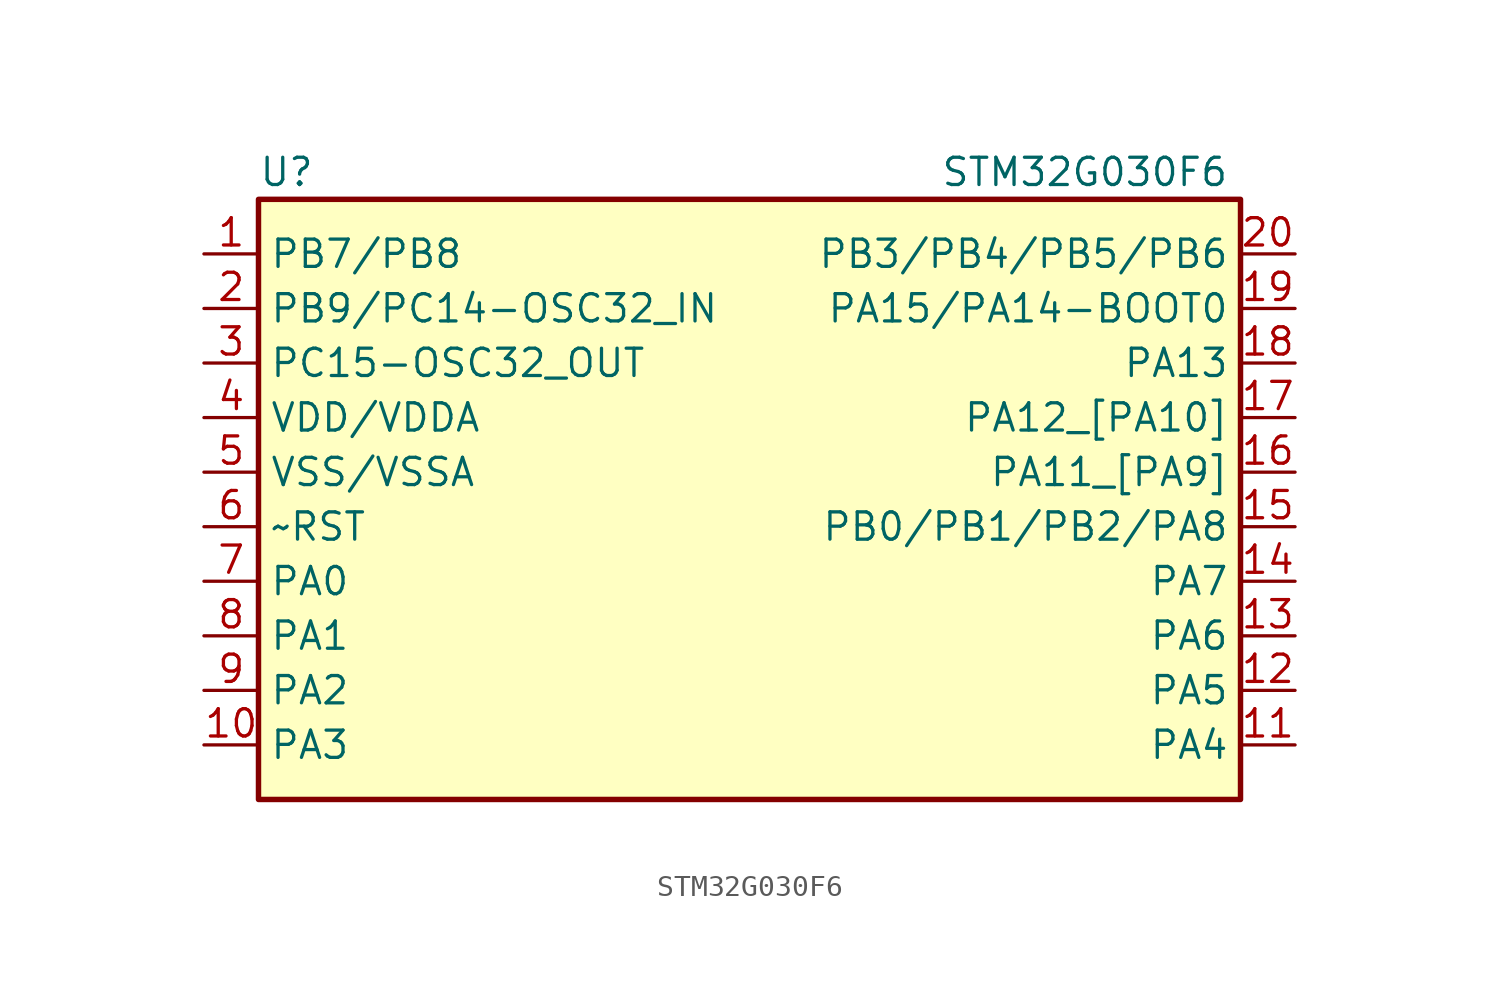
<source format=kicad_sym>
(kicad_symbol_lib
  (version 20210619)
  (generator kicad_symbol_editor)
  (symbol "STM32G0:STM32G030F6"
    (property "Reference" "U"
      (at -22.86 15.24 0)
      (effects (font (size 1.27 1.27)) (justify left)))
    (property "Value" "STM32G030F6"
      (at 8.89 15.24 0)
      (effects (font (size 1.27 1.27)) (justify left)))
    (symbol "STM32G030F6_0_1"
      (rectangle (start -22.86 13.97) (end 22.86 -13.97) (stroke (width 0.254)) (fill (type background))))
    (symbol "STM32G030F6_1_1"
      (pin bidirectional line (at -25.4 11.43 0) (length 2.54) (name "PB7/PB8" (effects (font (size 1.27 1.27)))) (number "1" (effects (font (size 1.27 1.27)))))
      (pin bidirectional line (at -25.4 -11.43 0) (length 2.54) (name "PA3" (effects (font (size 1.27 1.27)))) (number "10" (effects (font (size 1.27 1.27)))))
      (pin bidirectional line (at 25.4 -11.43 180) (length 2.54) (name "PA4" (effects (font (size 1.27 1.27)))) (number "11" (effects (font (size 1.27 1.27)))))
      (pin bidirectional line (at 25.4 -8.89 180) (length 2.54) (name "PA5" (effects (font (size 1.27 1.27)))) (number "12" (effects (font (size 1.27 1.27)))))
      (pin bidirectional line (at 25.4 -6.35 180) (length 2.54) (name "PA6" (effects (font (size 1.27 1.27)))) (number "13" (effects (font (size 1.27 1.27)))))
      (pin bidirectional line (at 25.4 -3.81 180) (length 2.54) (name "PA7" (effects (font (size 1.27 1.27)))) (number "14" (effects (font (size 1.27 1.27)))))
      (pin bidirectional line (at 25.4 -1.27 180) (length 2.54) (name "PB0/PB1/PB2/PA8" (effects (font (size 1.27 1.27)))) (number "15" (effects (font (size 1.27 1.27)))))
      (pin bidirectional line (at 25.4 1.27 180) (length 2.54) (name "PA11_[PA9]" (effects (font (size 1.27 1.27)))) (number "16" (effects (font (size 1.27 1.27)))))
      (pin bidirectional line (at 25.4 3.81 180) (length 2.54) (name "PA12_[PA10]" (effects (font (size 1.27 1.27)))) (number "17" (effects (font (size 1.27 1.27)))))
      (pin bidirectional line (at 25.4 6.35 180) (length 2.54) (name "PA13" (effects (font (size 1.27 1.27)))) (number "18" (effects (font (size 1.27 1.27)))))
      (pin bidirectional line (at 25.4 8.89 180) (length 2.54) (name "PA15/PA14-BOOT0" (effects (font (size 1.27 1.27)))) (number "19" (effects (font (size 1.27 1.27)))))
      (pin bidirectional line (at -25.4 8.89 0) (length 2.54) (name "PB9/PC14-OSC32_IN" (effects (font (size 1.27 1.27)))) (number "2" (effects (font (size 1.27 1.27)))))
      (pin bidirectional line (at 25.4 11.43 180) (length 2.54) (name "PB3/PB4/PB5/PB6" (effects (font (size 1.27 1.27)))) (number "20" (effects (font (size 1.27 1.27)))))
      (pin bidirectional line (at -25.4 6.35 0) (length 2.54) (name "PC15-OSC32_OUT" (effects (font (size 1.27 1.27)))) (number "3" (effects (font (size 1.27 1.27)))))
      (pin power_in line (at -25.4 3.81 0) (length 2.54) (name "VDD/VDDA" (effects (font (size 1.27 1.27)))) (number "4" (effects (font (size 1.27 1.27)))))
      (pin power_in line (at -25.4 1.27 0) (length 2.54) (name "VSS/VSSA" (effects (font (size 1.27 1.27)))) (number "5" (effects (font (size 1.27 1.27)))))
      (pin bidirectional line (at -25.4 -1.27 0) (length 2.54) (name "~RST" (effects (font (size 1.27 1.27)))) (number "6" (effects (font (size 1.27 1.27)))))
      (pin bidirectional line (at -25.4 -3.81 0) (length 2.54) (name "PA0" (effects (font (size 1.27 1.27)))) (number "7" (effects (font (size 1.27 1.27)))))
      (pin bidirectional line (at -25.4 -6.35 0) (length 2.54) (name "PA1" (effects (font (size 1.27 1.27)))) (number "8" (effects (font (size 1.27 1.27)))))
      (pin bidirectional line (at -25.4 -8.89 0) (length 2.54) (name "PA2" (effects (font (size 1.27 1.27)))) (number "9" (effects (font (size 1.27 1.27))))))))
</source>
